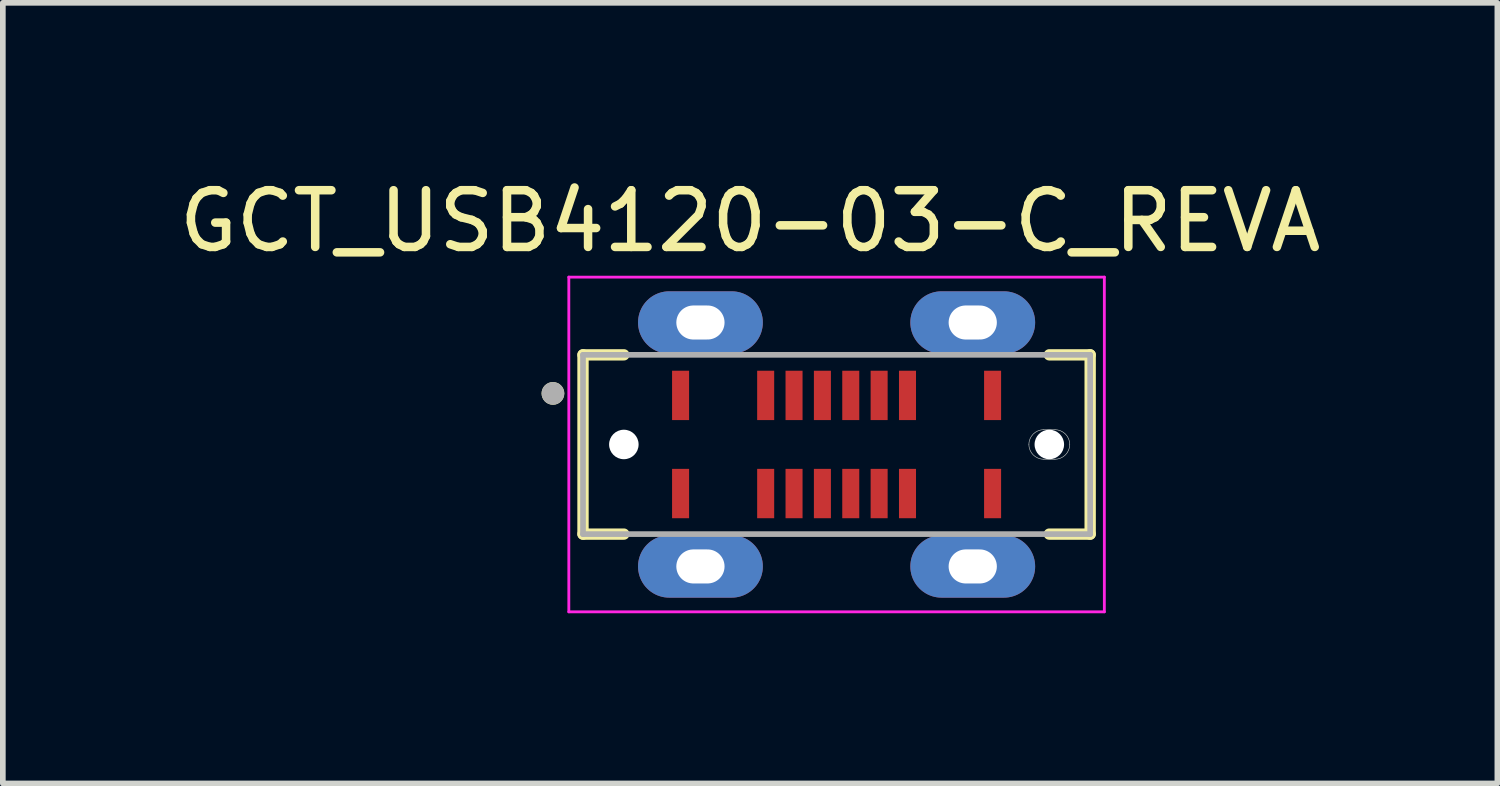
<source format=kicad_pcb>
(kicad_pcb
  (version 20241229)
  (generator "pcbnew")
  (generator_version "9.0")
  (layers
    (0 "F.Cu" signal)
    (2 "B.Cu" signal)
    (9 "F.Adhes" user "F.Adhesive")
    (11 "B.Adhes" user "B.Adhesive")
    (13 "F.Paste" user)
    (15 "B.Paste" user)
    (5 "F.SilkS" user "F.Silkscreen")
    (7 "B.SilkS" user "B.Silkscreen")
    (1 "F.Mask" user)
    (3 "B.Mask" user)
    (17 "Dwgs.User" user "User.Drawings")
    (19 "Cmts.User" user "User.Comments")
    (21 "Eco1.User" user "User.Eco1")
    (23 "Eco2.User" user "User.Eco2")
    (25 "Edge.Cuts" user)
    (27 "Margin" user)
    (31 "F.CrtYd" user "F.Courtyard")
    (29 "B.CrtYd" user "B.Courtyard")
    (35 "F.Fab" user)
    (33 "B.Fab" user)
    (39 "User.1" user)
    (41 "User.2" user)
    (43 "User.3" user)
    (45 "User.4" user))
  (footprint "GCT_USB4120-03-C_REVA"
    (layer "F.Cu")
    (at 11.697 4.785)
    (property "Reference" "GCT_USB4120-03-C_REVA" (at -1.524 -3.937 0) (layer "F.SilkS") (effects (font (size 1 1) (thickness 0.15))))
    (attr smd)
    (fp_line (start -4.47 -1.58) (end -4.47 1.58) (stroke (width 0.2) (type solid)) (layer "F.SilkS"))
    (fp_line (start -4.47 1.58) (end -3.75 1.58) (stroke (width 0.2) (type solid)) (layer "F.SilkS"))
    (fp_line (start -3.75 -1.58) (end -4.47 -1.58) (stroke (width 0.2) (type solid)) (layer "F.SilkS"))
    (fp_line (start 3.75 -1.58) (end 4.47 -1.58) (stroke (width 0.2) (type solid)) (layer "F.SilkS"))
    (fp_line (start 4.47 -1.58) (end 4.47 1.58) (stroke (width 0.2) (type solid)) (layer "F.SilkS"))
    (fp_line (start 4.47 1.58) (end 3.75 1.58) (stroke (width 0.2) (type solid)) (layer "F.SilkS"))
    (fp_circle (center -5 -0.9) (end -4.9 -0.9) (stroke (width 0.2) (type solid)) (fill no) (layer "F.SilkS"))
    (fp_line (start 3.65 -0.26) (end 3.85 -0.26) (stroke (width 0.01) (type solid)) (layer "Edge.Cuts"))
    (fp_line (start 3.85 0.26) (end 3.65 0.26) (stroke (width 0.01) (type solid)) (layer "Edge.Cuts"))
    (fp_arc (start 3.39 0) (mid 3.466152 -0.183848) (end 3.65 -0.26) (stroke (width 0.01) (type solid)) (layer "Edge.Cuts"))
    (fp_arc (start 3.65 0.26) (mid 3.466152 0.183848) (end 3.39 0) (stroke (width 0.01) (type solid)) (layer "Edge.Cuts"))
    (fp_arc (start 3.85 -0.26) (mid 4.033848 -0.183848) (end 4.11 0) (stroke (width 0.01) (type solid)) (layer "Edge.Cuts"))
    (fp_arc (start 4.11 0) (mid 4.033848 0.183848) (end 3.85 0.26) (stroke (width 0.01) (type solid)) (layer "Edge.Cuts"))
    (fp_line (start -4.72 -2.95) (end 4.72 -2.95) (stroke (width 0.05) (type solid)) (layer "F.CrtYd"))
    (fp_line (start -4.72 2.95) (end -4.72 -2.95) (stroke (width 0.05) (type solid)) (layer "F.CrtYd"))
    (fp_line (start 4.72 -2.95) (end 4.72 2.95) (stroke (width 0.05) (type solid)) (layer "F.CrtYd"))
    (fp_line (start 4.72 2.95) (end -4.72 2.95) (stroke (width 0.05) (type solid)) (layer "F.CrtYd"))
    (fp_line (start -4.47 -1.58) (end 4.47 -1.58) (stroke (width 0.1) (type solid)) (layer "F.Fab"))
    (fp_line (start -4.47 1.58) (end -4.47 -1.58) (stroke (width 0.1) (type solid)) (layer "F.Fab"))
    (fp_line (start 4.47 -1.58) (end 4.47 1.58) (stroke (width 0.1) (type solid)) (layer "F.Fab"))
    (fp_line (start 4.47 1.58) (end -4.47 1.58) (stroke (width 0.1) (type solid)) (layer "F.Fab"))
    (fp_circle (center -5 -0.9) (end -4.9 -0.9) (stroke (width 0.2) (type solid)) (fill no) (layer "F.Fab"))
    (pad "" np_thru_hole circle (at -3.75 0) (size 0.52 0.52) (drill 0.52) (layers "*.Cu" "*.Mask"))
    (pad "" np_thru_hole circle (at 3.75 0) (size 0.52 0.52) (drill 0.52) (layers "*.Cu" "*.Mask"))
    (pad "A1" smd rect (at -2.75 -0.865) (size 0.3 0.87) (layers "F.Cu" "F.Mask" "F.Paste"))
    (pad "A4" smd rect (at -1.25 -0.865) (size 0.3 0.87) (layers "F.Cu" "F.Mask" "F.Paste"))
    (pad "A5" smd rect (at -0.75 -0.865) (size 0.3 0.87) (layers "F.Cu" "F.Mask" "F.Paste"))
    (pad "A6" smd rect (at -0.25 -0.865) (size 0.3 0.87) (layers "F.Cu" "F.Mask" "F.Paste"))
    (pad "A7" smd rect (at 0.25 -0.865) (size 0.3 0.87) (layers "F.Cu" "F.Mask" "F.Paste"))
    (pad "A8" smd rect (at 0.75 -0.865) (size 0.3 0.87) (layers "F.Cu" "F.Mask" "F.Paste"))
    (pad "A9" smd rect (at 1.25 -0.865) (size 0.3 0.87) (layers "F.Cu" "F.Mask" "F.Paste"))
    (pad "A12" smd rect (at 2.75 -0.865) (size 0.3 0.87) (layers "F.Cu" "F.Mask" "F.Paste"))
    (pad "B1" smd rect (at 2.75 0.865) (size 0.3 0.87) (layers "F.Cu" "F.Mask" "F.Paste"))
    (pad "B4" smd rect (at 1.25 0.865) (size 0.3 0.87) (layers "F.Cu" "F.Mask" "F.Paste"))
    (pad "B5" smd rect (at 0.75 0.865) (size 0.3 0.87) (layers "F.Cu" "F.Mask" "F.Paste"))
    (pad "B6" smd rect (at 0.25 0.865) (size 0.3 0.87) (layers "F.Cu" "F.Mask" "F.Paste"))
    (pad "B7" smd rect (at -0.25 0.865) (size 0.3 0.87) (layers "F.Cu" "F.Mask" "F.Paste"))
    (pad "B8" smd rect (at -0.75 0.865) (size 0.3 0.87) (layers "F.Cu" "F.Mask" "F.Paste"))
    (pad "B9" smd rect (at -1.25 0.865) (size 0.3 0.87) (layers "F.Cu" "F.Mask" "F.Paste"))
    (pad "B12" smd rect (at -2.75 0.865) (size 0.3 0.87) (layers "F.Cu" "F.Mask" "F.Paste"))
    (pad "S1" thru_hole oval (at -2.4 -2.15) (size 2.2 1.1) (drill oval 0.85 0.6) (layers "*.Cu" "*.Mask"))
    (pad "S2" thru_hole oval (at -2.4 2.15) (size 2.2 1.1) (drill oval 0.85 0.6) (layers "*.Cu" "*.Mask"))
    (pad "S3" thru_hole oval (at 2.4 -2.15) (size 2.2 1.1) (drill oval 0.85 0.6) (layers "*.Cu" "*.Mask"))
    (pad "S4" thru_hole oval (at 2.4 2.15) (size 2.2 1.1) (drill oval 0.85 0.6) (layers "*.Cu" "*.Mask")))
  (gr_rect
    (start -3 -3)
    (end 23.345 10.76)
    (stroke (width 0.1) (type default))
    (fill no)
    (layer "Edge.Cuts")))
</source>
